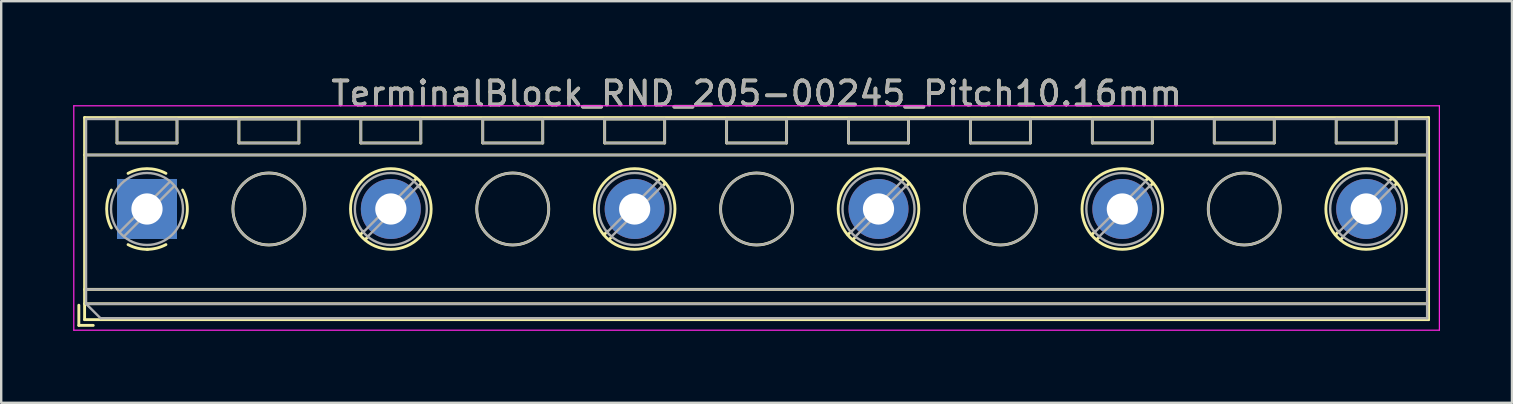
<source format=kicad_pcb>
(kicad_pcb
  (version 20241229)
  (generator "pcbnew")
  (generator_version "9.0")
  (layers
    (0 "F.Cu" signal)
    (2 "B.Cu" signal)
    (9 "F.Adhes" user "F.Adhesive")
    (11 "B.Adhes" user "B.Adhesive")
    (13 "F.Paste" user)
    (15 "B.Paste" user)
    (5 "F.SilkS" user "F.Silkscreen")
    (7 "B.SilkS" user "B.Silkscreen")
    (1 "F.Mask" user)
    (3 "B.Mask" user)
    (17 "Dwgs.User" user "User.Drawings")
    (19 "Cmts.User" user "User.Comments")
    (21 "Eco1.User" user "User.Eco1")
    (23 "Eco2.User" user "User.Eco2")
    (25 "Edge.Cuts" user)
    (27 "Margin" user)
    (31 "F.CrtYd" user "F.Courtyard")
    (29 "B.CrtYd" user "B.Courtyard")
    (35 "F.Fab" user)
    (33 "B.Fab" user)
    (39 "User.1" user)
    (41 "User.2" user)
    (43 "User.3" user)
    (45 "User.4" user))
  (footprint "TerminalBlock_RND_205-00245_Pitch10.16mm"
    (layer "F.Cu")
    (at 3.075 5.658)
    (property "Reference" "TerminalBlock_RND_205-00245_Pitch10.16mm" (at 25.4 -4.81 0) (layer "F.SilkS") (effects (font (size 1 1) (thickness 0.15))))
    (attr through_hole)
    (fp_line (start -2.84 4.01) (end -2.84 4.85) (stroke (width 0.12) (type solid)) (layer "F.SilkS"))
    (fp_line (start -2.84 4.85) (end -2.24 4.85) (stroke (width 0.12) (type solid)) (layer "F.SilkS"))
    (fp_line (start -2.6 -3.81) (end -2.6 4.61) (stroke (width 0.12) (type solid)) (layer "F.SilkS"))
    (fp_line (start -2.6 -2.25) (end 53.4 -2.25) (stroke (width 0.12) (type solid)) (layer "F.SilkS"))
    (fp_line (start -2.6 3.35) (end 53.4 3.35) (stroke (width 0.12) (type solid)) (layer "F.SilkS"))
    (fp_line (start -2.6 3.95) (end 53.4 3.95) (stroke (width 0.12) (type solid)) (layer "F.SilkS"))
    (fp_line (start -2.6 4.61) (end 53.4 4.61) (stroke (width 0.12) (type solid)) (layer "F.SilkS"))
    (fp_line (start -1.25 -3.751) (end -1.25 -2.751) (stroke (width 0.12) (type solid)) (layer "F.SilkS"))
    (fp_line (start -1.25 -3.751) (end 1.25 -3.751) (stroke (width 0.12) (type solid)) (layer "F.SilkS"))
    (fp_line (start -1.25 -2.751) (end 1.25 -2.751) (stroke (width 0.12) (type solid)) (layer "F.SilkS"))
    (fp_line (start 1.25 -3.751) (end 1.25 -2.751) (stroke (width 0.12) (type solid)) (layer "F.SilkS"))
    (fp_line (start 3.83 -3.751) (end 3.83 -2.751) (stroke (width 0.12) (type solid)) (layer "F.SilkS"))
    (fp_line (start 3.83 -3.751) (end 6.33 -3.751) (stroke (width 0.12) (type solid)) (layer "F.SilkS"))
    (fp_line (start 3.83 -2.751) (end 6.33 -2.751) (stroke (width 0.12) (type solid)) (layer "F.SilkS"))
    (fp_line (start 6.33 -3.751) (end 6.33 -2.751) (stroke (width 0.12) (type solid)) (layer "F.SilkS"))
    (fp_line (start 8.91 -3.751) (end 8.91 -2.751) (stroke (width 0.12) (type solid)) (layer "F.SilkS"))
    (fp_line (start 8.91 -3.751) (end 11.41 -3.751) (stroke (width 0.12) (type solid)) (layer "F.SilkS"))
    (fp_line (start 8.91 -2.751) (end 11.41 -2.751) (stroke (width 0.12) (type solid)) (layer "F.SilkS"))
    (fp_line (start 9.027 0.929) (end 8.886 1.069) (stroke (width 0.12) (type solid)) (layer "F.SilkS"))
    (fp_line (start 9.197 1.169) (end 9.091 1.274) (stroke (width 0.12) (type solid)) (layer "F.SilkS"))
    (fp_line (start 11.23 -1.275) (end 11.124 -1.169) (stroke (width 0.12) (type solid)) (layer "F.SilkS"))
    (fp_line (start 11.41 -3.751) (end 11.41 -2.751) (stroke (width 0.12) (type solid)) (layer "F.SilkS"))
    (fp_line (start 11.435 -1.069) (end 11.294 -0.929) (stroke (width 0.12) (type solid)) (layer "F.SilkS"))
    (fp_line (start 13.99 -3.751) (end 13.99 -2.751) (stroke (width 0.12) (type solid)) (layer "F.SilkS"))
    (fp_line (start 13.99 -3.751) (end 16.49 -3.751) (stroke (width 0.12) (type solid)) (layer "F.SilkS"))
    (fp_line (start 13.99 -2.751) (end 16.49 -2.751) (stroke (width 0.12) (type solid)) (layer "F.SilkS"))
    (fp_line (start 16.49 -3.751) (end 16.49 -2.751) (stroke (width 0.12) (type solid)) (layer "F.SilkS"))
    (fp_line (start 19.07 -3.751) (end 19.07 -2.751) (stroke (width 0.12) (type solid)) (layer "F.SilkS"))
    (fp_line (start 19.07 -3.751) (end 21.57 -3.751) (stroke (width 0.12) (type solid)) (layer "F.SilkS"))
    (fp_line (start 19.07 -2.751) (end 21.57 -2.751) (stroke (width 0.12) (type solid)) (layer "F.SilkS"))
    (fp_line (start 19.187 0.929) (end 19.046 1.069) (stroke (width 0.12) (type solid)) (layer "F.SilkS"))
    (fp_line (start 19.357 1.169) (end 19.251 1.274) (stroke (width 0.12) (type solid)) (layer "F.SilkS"))
    (fp_line (start 21.39 -1.275) (end 21.284 -1.169) (stroke (width 0.12) (type solid)) (layer "F.SilkS"))
    (fp_line (start 21.57 -3.751) (end 21.57 -2.751) (stroke (width 0.12) (type solid)) (layer "F.SilkS"))
    (fp_line (start 21.595 -1.069) (end 21.454 -0.929) (stroke (width 0.12) (type solid)) (layer "F.SilkS"))
    (fp_line (start 24.15 -3.751) (end 24.15 -2.751) (stroke (width 0.12) (type solid)) (layer "F.SilkS"))
    (fp_line (start 24.15 -3.751) (end 26.65 -3.751) (stroke (width 0.12) (type solid)) (layer "F.SilkS"))
    (fp_line (start 24.15 -2.751) (end 26.65 -2.751) (stroke (width 0.12) (type solid)) (layer "F.SilkS"))
    (fp_line (start 26.65 -3.751) (end 26.65 -2.751) (stroke (width 0.12) (type solid)) (layer "F.SilkS"))
    (fp_line (start 29.23 -3.751) (end 29.23 -2.751) (stroke (width 0.12) (type solid)) (layer "F.SilkS"))
    (fp_line (start 29.23 -3.751) (end 31.73 -3.751) (stroke (width 0.12) (type solid)) (layer "F.SilkS"))
    (fp_line (start 29.23 -2.751) (end 31.73 -2.751) (stroke (width 0.12) (type solid)) (layer "F.SilkS"))
    (fp_line (start 29.347 0.929) (end 29.206 1.069) (stroke (width 0.12) (type solid)) (layer "F.SilkS"))
    (fp_line (start 29.517 1.169) (end 29.411 1.274) (stroke (width 0.12) (type solid)) (layer "F.SilkS"))
    (fp_line (start 31.55 -1.275) (end 31.444 -1.169) (stroke (width 0.12) (type solid)) (layer "F.SilkS"))
    (fp_line (start 31.73 -3.751) (end 31.73 -2.751) (stroke (width 0.12) (type solid)) (layer "F.SilkS"))
    (fp_line (start 31.755 -1.069) (end 31.614 -0.929) (stroke (width 0.12) (type solid)) (layer "F.SilkS"))
    (fp_line (start 34.31 -3.751) (end 34.31 -2.751) (stroke (width 0.12) (type solid)) (layer "F.SilkS"))
    (fp_line (start 34.31 -3.751) (end 36.81 -3.751) (stroke (width 0.12) (type solid)) (layer "F.SilkS"))
    (fp_line (start 34.31 -2.751) (end 36.81 -2.751) (stroke (width 0.12) (type solid)) (layer "F.SilkS"))
    (fp_line (start 36.81 -3.751) (end 36.81 -2.751) (stroke (width 0.12) (type solid)) (layer "F.SilkS"))
    (fp_line (start 39.39 -3.751) (end 39.39 -2.751) (stroke (width 0.12) (type solid)) (layer "F.SilkS"))
    (fp_line (start 39.39 -3.751) (end 41.89 -3.751) (stroke (width 0.12) (type solid)) (layer "F.SilkS"))
    (fp_line (start 39.39 -2.751) (end 41.89 -2.751) (stroke (width 0.12) (type solid)) (layer "F.SilkS"))
    (fp_line (start 39.507 0.929) (end 39.366 1.069) (stroke (width 0.12) (type solid)) (layer "F.SilkS"))
    (fp_line (start 39.677 1.169) (end 39.571 1.274) (stroke (width 0.12) (type solid)) (layer "F.SilkS"))
    (fp_line (start 41.71 -1.275) (end 41.604 -1.169) (stroke (width 0.12) (type solid)) (layer "F.SilkS"))
    (fp_line (start 41.89 -3.751) (end 41.89 -2.751) (stroke (width 0.12) (type solid)) (layer "F.SilkS"))
    (fp_line (start 41.915 -1.069) (end 41.774 -0.929) (stroke (width 0.12) (type solid)) (layer "F.SilkS"))
    (fp_line (start 44.47 -3.751) (end 44.47 -2.751) (stroke (width 0.12) (type solid)) (layer "F.SilkS"))
    (fp_line (start 44.47 -3.751) (end 46.97 -3.751) (stroke (width 0.12) (type solid)) (layer "F.SilkS"))
    (fp_line (start 44.47 -2.751) (end 46.97 -2.751) (stroke (width 0.12) (type solid)) (layer "F.SilkS"))
    (fp_line (start 46.97 -3.751) (end 46.97 -2.751) (stroke (width 0.12) (type solid)) (layer "F.SilkS"))
    (fp_line (start 49.55 -3.751) (end 49.55 -2.751) (stroke (width 0.12) (type solid)) (layer "F.SilkS"))
    (fp_line (start 49.55 -3.751) (end 52.05 -3.751) (stroke (width 0.12) (type solid)) (layer "F.SilkS"))
    (fp_line (start 49.55 -2.751) (end 52.05 -2.751) (stroke (width 0.12) (type solid)) (layer "F.SilkS"))
    (fp_line (start 49.667 0.929) (end 49.526 1.069) (stroke (width 0.12) (type solid)) (layer "F.SilkS"))
    (fp_line (start 49.837 1.169) (end 49.731 1.274) (stroke (width 0.12) (type solid)) (layer "F.SilkS"))
    (fp_line (start 51.87 -1.275) (end 51.764 -1.169) (stroke (width 0.12) (type solid)) (layer "F.SilkS"))
    (fp_line (start 52.05 -3.751) (end 52.05 -2.751) (stroke (width 0.12) (type solid)) (layer "F.SilkS"))
    (fp_line (start 52.075 -1.069) (end 51.934 -0.929) (stroke (width 0.12) (type solid)) (layer "F.SilkS"))
    (fp_line (start 53.4 -3.81) (end -2.6 -3.81) (stroke (width 0.12) (type solid)) (layer "F.SilkS"))
    (fp_line (start 53.4 4.61) (end 53.4 -3.81) (stroke (width 0.12) (type solid)) (layer "F.SilkS"))
    (fp_arc (start -1.483953 0.789089) (mid -1.680708 0.00005) (end -1.484 -0.789) (stroke (width 0.12) (type solid)) (layer "F.SilkS"))
    (fp_arc (start -0.789089 -1.483953) (mid -0.00005 -1.680708) (end 0.789 -1.484) (stroke (width 0.12) (type solid)) (layer "F.SilkS"))
    (fp_arc (start 0.029383 1.68045) (mid -0.392304 1.634281) (end -0.789 1.484) (stroke (width 0.12) (type solid)) (layer "F.SilkS"))
    (fp_arc (start 0.788712 1.483352) (mid 0.406429 1.630097) (end 0 1.68) (stroke (width 0.12) (type solid)) (layer "F.SilkS"))
    (fp_arc (start 1.483953 -0.789089) (mid 1.680708 -0.00005) (end 1.484 0.789) (stroke (width 0.12) (type solid)) (layer "F.SilkS"))
    (fp_circle (center 5.08 0) (end 6.58 0) (stroke (width 0.12) (type solid)) (fill no) (layer "F.SilkS"))
    (fp_circle (center 10.16 0) (end 11.84 0) (stroke (width 0.12) (type solid)) (fill no) (layer "F.SilkS"))
    (fp_circle (center 15.24 0) (end 16.74 0) (stroke (width 0.12) (type solid)) (fill no) (layer "F.SilkS"))
    (fp_circle (center 20.32 0) (end 22 0) (stroke (width 0.12) (type solid)) (fill no) (layer "F.SilkS"))
    (fp_circle (center 25.4 0) (end 26.9 0) (stroke (width 0.12) (type solid)) (fill no) (layer "F.SilkS"))
    (fp_circle (center 30.48 0) (end 32.16 0) (stroke (width 0.12) (type solid)) (fill no) (layer "F.SilkS"))
    (fp_circle (center 35.56 0) (end 37.06 0) (stroke (width 0.12) (type solid)) (fill no) (layer "F.SilkS"))
    (fp_circle (center 40.64 0) (end 42.32 0) (stroke (width 0.12) (type solid)) (fill no) (layer "F.SilkS"))
    (fp_circle (center 45.72 0) (end 47.22 0) (stroke (width 0.12) (type solid)) (fill no) (layer "F.SilkS"))
    (fp_circle (center 50.8 0) (end 52.48 0) (stroke (width 0.12) (type solid)) (fill no) (layer "F.SilkS"))
    (fp_line (start -3.05 -4.3) (end -3.05 5.05) (stroke (width 0.05) (type solid)) (layer "F.CrtYd"))
    (fp_line (start -3.05 5.05) (end 53.85 5.05) (stroke (width 0.05) (type solid)) (layer "F.CrtYd"))
    (fp_line (start 53.85 -4.3) (end -3.05 -4.3) (stroke (width 0.05) (type solid)) (layer "F.CrtYd"))
    (fp_line (start 53.85 5.05) (end 53.85 -4.3) (stroke (width 0.05) (type solid)) (layer "F.CrtYd"))
    (fp_line (start -2.54 -3.75) (end 53.34 -3.75) (stroke (width 0.1) (type solid)) (layer "F.Fab"))
    (fp_line (start -2.54 -2.25) (end 53.34 -2.25) (stroke (width 0.1) (type solid)) (layer "F.Fab"))
    (fp_line (start -2.54 3.35) (end 53.34 3.35) (stroke (width 0.1) (type solid)) (layer "F.Fab"))
    (fp_line (start -2.54 3.95) (end -2.54 -3.75) (stroke (width 0.1) (type solid)) (layer "F.Fab"))
    (fp_line (start -2.54 3.95) (end 53.34 3.95) (stroke (width 0.1) (type solid)) (layer "F.Fab"))
    (fp_line (start -1.94 4.55) (end -2.54 3.95) (stroke (width 0.1) (type solid)) (layer "F.Fab"))
    (fp_line (start -1.25 -3.75) (end -1.25 -2.75) (stroke (width 0.1) (type solid)) (layer "F.Fab"))
    (fp_line (start -1.25 -2.75) (end 1.25 -2.75) (stroke (width 0.1) (type solid)) (layer "F.Fab"))
    (fp_line (start 0.955 -1.138) (end -1.138 0.955) (stroke (width 0.1) (type solid)) (layer "F.Fab"))
    (fp_line (start 1.138 -0.955) (end -0.955 1.138) (stroke (width 0.1) (type solid)) (layer "F.Fab"))
    (fp_line (start 1.25 -3.75) (end -1.25 -3.75) (stroke (width 0.1) (type solid)) (layer "F.Fab"))
    (fp_line (start 1.25 -2.75) (end 1.25 -3.75) (stroke (width 0.1) (type solid)) (layer "F.Fab"))
    (fp_line (start 3.83 -3.75) (end 3.83 -2.75) (stroke (width 0.1) (type solid)) (layer "F.Fab"))
    (fp_line (start 3.83 -2.75) (end 6.33 -2.75) (stroke (width 0.1) (type solid)) (layer "F.Fab"))
    (fp_line (start 6.33 -3.75) (end 3.83 -3.75) (stroke (width 0.1) (type solid)) (layer "F.Fab"))
    (fp_line (start 6.33 -2.75) (end 6.33 -3.75) (stroke (width 0.1) (type solid)) (layer "F.Fab"))
    (fp_line (start 8.91 -3.75) (end 8.91 -2.75) (stroke (width 0.1) (type solid)) (layer "F.Fab"))
    (fp_line (start 8.91 -2.75) (end 11.41 -2.75) (stroke (width 0.1) (type solid)) (layer "F.Fab"))
    (fp_line (start 11.115 -1.138) (end 9.023 0.955) (stroke (width 0.1) (type solid)) (layer "F.Fab"))
    (fp_line (start 11.298 -0.955) (end 9.206 1.138) (stroke (width 0.1) (type solid)) (layer "F.Fab"))
    (fp_line (start 11.41 -3.75) (end 8.91 -3.75) (stroke (width 0.1) (type solid)) (layer "F.Fab"))
    (fp_line (start 11.41 -2.75) (end 11.41 -3.75) (stroke (width 0.1) (type solid)) (layer "F.Fab"))
    (fp_line (start 13.99 -3.75) (end 13.99 -2.75) (stroke (width 0.1) (type solid)) (layer "F.Fab"))
    (fp_line (start 13.99 -2.75) (end 16.49 -2.75) (stroke (width 0.1) (type solid)) (layer "F.Fab"))
    (fp_line (start 16.49 -3.75) (end 13.99 -3.75) (stroke (width 0.1) (type solid)) (layer "F.Fab"))
    (fp_line (start 16.49 -2.75) (end 16.49 -3.75) (stroke (width 0.1) (type solid)) (layer "F.Fab"))
    (fp_line (start 19.07 -3.75) (end 19.07 -2.75) (stroke (width 0.1) (type solid)) (layer "F.Fab"))
    (fp_line (start 19.07 -2.75) (end 21.57 -2.75) (stroke (width 0.1) (type solid)) (layer "F.Fab"))
    (fp_line (start 21.275 -1.138) (end 19.183 0.955) (stroke (width 0.1) (type solid)) (layer "F.Fab"))
    (fp_line (start 21.458 -0.955) (end 19.366 1.138) (stroke (width 0.1) (type solid)) (layer "F.Fab"))
    (fp_line (start 21.57 -3.75) (end 19.07 -3.75) (stroke (width 0.1) (type solid)) (layer "F.Fab"))
    (fp_line (start 21.57 -2.75) (end 21.57 -3.75) (stroke (width 0.1) (type solid)) (layer "F.Fab"))
    (fp_line (start 24.15 -3.75) (end 24.15 -2.75) (stroke (width 0.1) (type solid)) (layer "F.Fab"))
    (fp_line (start 24.15 -2.75) (end 26.65 -2.75) (stroke (width 0.1) (type solid)) (layer "F.Fab"))
    (fp_line (start 26.65 -3.75) (end 24.15 -3.75) (stroke (width 0.1) (type solid)) (layer "F.Fab"))
    (fp_line (start 26.65 -2.75) (end 26.65 -3.75) (stroke (width 0.1) (type solid)) (layer "F.Fab"))
    (fp_line (start 29.23 -3.75) (end 29.23 -2.75) (stroke (width 0.1) (type solid)) (layer "F.Fab"))
    (fp_line (start 29.23 -2.75) (end 31.73 -2.75) (stroke (width 0.1) (type solid)) (layer "F.Fab"))
    (fp_line (start 31.435 -1.138) (end 29.343 0.955) (stroke (width 0.1) (type solid)) (layer "F.Fab"))
    (fp_line (start 31.618 -0.955) (end 29.526 1.138) (stroke (width 0.1) (type solid)) (layer "F.Fab"))
    (fp_line (start 31.73 -3.75) (end 29.23 -3.75) (stroke (width 0.1) (type solid)) (layer "F.Fab"))
    (fp_line (start 31.73 -2.75) (end 31.73 -3.75) (stroke (width 0.1) (type solid)) (layer "F.Fab"))
    (fp_line (start 34.31 -3.75) (end 34.31 -2.75) (stroke (width 0.1) (type solid)) (layer "F.Fab"))
    (fp_line (start 34.31 -2.75) (end 36.81 -2.75) (stroke (width 0.1) (type solid)) (layer "F.Fab"))
    (fp_line (start 36.81 -3.75) (end 34.31 -3.75) (stroke (width 0.1) (type solid)) (layer "F.Fab"))
    (fp_line (start 36.81 -2.75) (end 36.81 -3.75) (stroke (width 0.1) (type solid)) (layer "F.Fab"))
    (fp_line (start 39.39 -3.75) (end 39.39 -2.75) (stroke (width 0.1) (type solid)) (layer "F.Fab"))
    (fp_line (start 39.39 -2.75) (end 41.89 -2.75) (stroke (width 0.1) (type solid)) (layer "F.Fab"))
    (fp_line (start 41.595 -1.138) (end 39.503 0.955) (stroke (width 0.1) (type solid)) (layer "F.Fab"))
    (fp_line (start 41.778 -0.955) (end 39.686 1.138) (stroke (width 0.1) (type solid)) (layer "F.Fab"))
    (fp_line (start 41.89 -3.75) (end 39.39 -3.75) (stroke (width 0.1) (type solid)) (layer "F.Fab"))
    (fp_line (start 41.89 -2.75) (end 41.89 -3.75) (stroke (width 0.1) (type solid)) (layer "F.Fab"))
    (fp_line (start 44.47 -3.75) (end 44.47 -2.75) (stroke (width 0.1) (type solid)) (layer "F.Fab"))
    (fp_line (start 44.47 -2.75) (end 46.97 -2.75) (stroke (width 0.1) (type solid)) (layer "F.Fab"))
    (fp_line (start 46.97 -3.75) (end 44.47 -3.75) (stroke (width 0.1) (type solid)) (layer "F.Fab"))
    (fp_line (start 46.97 -2.75) (end 46.97 -3.75) (stroke (width 0.1) (type solid)) (layer "F.Fab"))
    (fp_line (start 49.55 -3.75) (end 49.55 -2.75) (stroke (width 0.1) (type solid)) (layer "F.Fab"))
    (fp_line (start 49.55 -2.75) (end 52.05 -2.75) (stroke (width 0.1) (type solid)) (layer "F.Fab"))
    (fp_line (start 51.755 -1.138) (end 49.663 0.955) (stroke (width 0.1) (type solid)) (layer "F.Fab"))
    (fp_line (start 51.938 -0.955) (end 49.846 1.138) (stroke (width 0.1) (type solid)) (layer "F.Fab"))
    (fp_line (start 52.05 -3.75) (end 49.55 -3.75) (stroke (width 0.1) (type solid)) (layer "F.Fab"))
    (fp_line (start 52.05 -2.75) (end 52.05 -3.75) (stroke (width 0.1) (type solid)) (layer "F.Fab"))
    (fp_line (start 53.34 -3.75) (end 53.34 4.55) (stroke (width 0.1) (type solid)) (layer "F.Fab"))
    (fp_line (start 53.34 4.55) (end -1.94 4.55) (stroke (width 0.1) (type solid)) (layer "F.Fab"))
    (fp_circle (center 0 0) (end 1.5 0) (stroke (width 0.1) (type solid)) (fill no) (layer "F.Fab"))
    (fp_circle (center 5.08 0) (end 6.58 0) (stroke (width 0.1) (type solid)) (fill no) (layer "F.Fab"))
    (fp_circle (center 10.16 0) (end 11.66 0) (stroke (width 0.1) (type solid)) (fill no) (layer "F.Fab"))
    (fp_circle (center 15.24 0) (end 16.74 0) (stroke (width 0.1) (type solid)) (fill no) (layer "F.Fab"))
    (fp_circle (center 20.32 0) (end 21.82 0) (stroke (width 0.1) (type solid)) (fill no) (layer "F.Fab"))
    (fp_circle (center 25.4 0) (end 26.9 0) (stroke (width 0.1) (type solid)) (fill no) (layer "F.Fab"))
    (fp_circle (center 30.48 0) (end 31.98 0) (stroke (width 0.1) (type solid)) (fill no) (layer "F.Fab"))
    (fp_circle (center 35.56 0) (end 37.06 0) (stroke (width 0.1) (type solid)) (fill no) (layer "F.Fab"))
    (fp_circle (center 40.64 0) (end 42.14 0) (stroke (width 0.1) (type solid)) (fill no) (layer "F.Fab"))
    (fp_circle (center 45.72 0) (end 47.22 0) (stroke (width 0.1) (type solid)) (fill no) (layer "F.Fab"))
    (fp_circle (center 50.8 0) (end 52.3 0) (stroke (width 0.1) (type solid)) (fill no) (layer "F.Fab"))
    (fp_text user "${REFERENCE}" (at 25.4 -4.81 0) (layer "F.Fab") (effects (font (size 1 1) (thickness 0.15))))
    (pad "1" thru_hole rect (at 0 0) (size 2.5 2.5) (drill 1.3) (layers "*.Cu" "*.Mask"))
    (pad "2" thru_hole oval (at 10.16 0) (size 2.5 2.5) (drill 1.3) (layers "*.Cu" "*.Mask"))
    (pad "3" thru_hole oval (at 20.32 0) (size 2.5 2.5) (drill 1.3) (layers "*.Cu" "*.Mask"))
    (pad "4" thru_hole oval (at 30.48 0) (size 2.5 2.5) (drill 1.3) (layers "*.Cu" "*.Mask"))
    (pad "5" thru_hole oval (at 40.64 0) (size 2.5 2.5) (drill 1.3) (layers "*.Cu" "*.Mask"))
    (pad "6" thru_hole oval (at 50.8 0) (size 2.5 2.5) (drill 1.3) (layers "*.Cu" "*.Mask")))
  (gr_rect
    (start -3 -3)
    (end 59.95 13.733)
    (stroke (width 0.1) (type default))
    (fill no)
    (layer "Edge.Cuts")))
</source>
